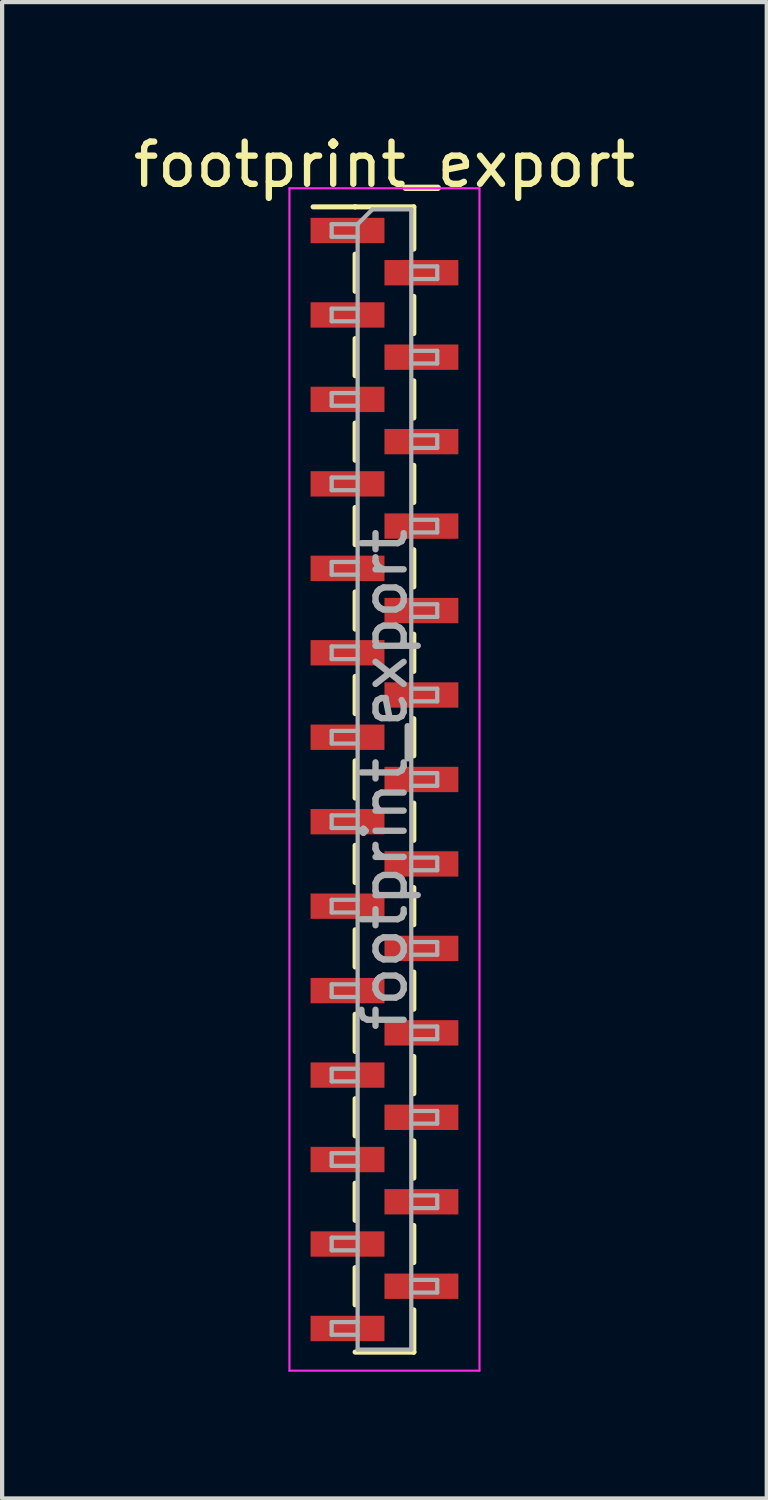
<source format=kicad_pcb>
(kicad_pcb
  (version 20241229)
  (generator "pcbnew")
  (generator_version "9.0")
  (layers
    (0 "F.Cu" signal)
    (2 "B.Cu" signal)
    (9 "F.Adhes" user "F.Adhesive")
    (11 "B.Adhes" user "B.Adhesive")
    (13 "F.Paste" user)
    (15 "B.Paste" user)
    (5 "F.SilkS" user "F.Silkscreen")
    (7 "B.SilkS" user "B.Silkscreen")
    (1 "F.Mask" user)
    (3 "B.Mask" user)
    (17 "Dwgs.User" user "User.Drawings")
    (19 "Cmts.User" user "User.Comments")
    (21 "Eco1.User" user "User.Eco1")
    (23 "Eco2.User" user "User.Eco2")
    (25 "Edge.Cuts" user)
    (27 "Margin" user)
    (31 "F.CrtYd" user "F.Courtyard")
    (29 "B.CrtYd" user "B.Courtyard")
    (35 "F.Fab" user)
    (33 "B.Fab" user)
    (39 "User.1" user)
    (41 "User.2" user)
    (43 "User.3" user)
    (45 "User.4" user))
  (footprint "footprint_export"
    (layer "F.Cu")
    (at 6.054 15.408)
    (property "Reference" "footprint_export" (at 0 -14.56 0) (layer "F.SilkS") (effects (font (size 1 1) (thickness 0.15))))
    (attr smd)
    (fp_line (start -0.695 -13.56) (end -1.69 -13.56) (stroke (width 0.12) (type solid)) (layer "F.SilkS"))
    (fp_line (start -0.695 -13.56) (end -0.695 -13.56) (stroke (width 0.12) (type solid)) (layer "F.SilkS"))
    (fp_line (start -0.695 -13.56) (end 0.695 -13.56) (stroke (width 0.12) (type solid)) (layer "F.SilkS"))
    (fp_line (start -0.695 -12.44) (end -0.695 -11.56) (stroke (width 0.12) (type solid)) (layer "F.SilkS"))
    (fp_line (start -0.695 -10.44) (end -0.695 -9.56) (stroke (width 0.12) (type solid)) (layer "F.SilkS"))
    (fp_line (start -0.695 -8.44) (end -0.695 -7.56) (stroke (width 0.12) (type solid)) (layer "F.SilkS"))
    (fp_line (start -0.695 -6.44) (end -0.695 -5.56) (stroke (width 0.12) (type solid)) (layer "F.SilkS"))
    (fp_line (start -0.695 -4.44) (end -0.695 -3.56) (stroke (width 0.12) (type solid)) (layer "F.SilkS"))
    (fp_line (start -0.695 -2.44) (end -0.695 -1.56) (stroke (width 0.12) (type solid)) (layer "F.SilkS"))
    (fp_line (start -0.695 -0.44) (end -0.695 0.44) (stroke (width 0.12) (type solid)) (layer "F.SilkS"))
    (fp_line (start -0.695 1.56) (end -0.695 2.44) (stroke (width 0.12) (type solid)) (layer "F.SilkS"))
    (fp_line (start -0.695 3.56) (end -0.695 4.44) (stroke (width 0.12) (type solid)) (layer "F.SilkS"))
    (fp_line (start -0.695 5.56) (end -0.695 6.44) (stroke (width 0.12) (type solid)) (layer "F.SilkS"))
    (fp_line (start -0.695 7.56) (end -0.695 8.44) (stroke (width 0.12) (type solid)) (layer "F.SilkS"))
    (fp_line (start -0.695 9.56) (end -0.695 10.44) (stroke (width 0.12) (type solid)) (layer "F.SilkS"))
    (fp_line (start -0.695 11.56) (end -0.695 12.44) (stroke (width 0.12) (type solid)) (layer "F.SilkS"))
    (fp_line (start -0.695 13.56) (end 0.695 13.56) (stroke (width 0.12) (type solid)) (layer "F.SilkS"))
    (fp_line (start 0.695 -13.56) (end 0.695 -12.56) (stroke (width 0.12) (type solid)) (layer "F.SilkS"))
    (fp_line (start 0.695 -11.44) (end 0.695 -10.56) (stroke (width 0.12) (type solid)) (layer "F.SilkS"))
    (fp_line (start 0.695 -9.44) (end 0.695 -8.56) (stroke (width 0.12) (type solid)) (layer "F.SilkS"))
    (fp_line (start 0.695 -7.44) (end 0.695 -6.56) (stroke (width 0.12) (type solid)) (layer "F.SilkS"))
    (fp_line (start 0.695 -5.44) (end 0.695 -4.56) (stroke (width 0.12) (type solid)) (layer "F.SilkS"))
    (fp_line (start 0.695 -3.44) (end 0.695 -2.56) (stroke (width 0.12) (type solid)) (layer "F.SilkS"))
    (fp_line (start 0.695 -1.44) (end 0.695 -0.56) (stroke (width 0.12) (type solid)) (layer "F.SilkS"))
    (fp_line (start 0.695 0.56) (end 0.695 1.44) (stroke (width 0.12) (type solid)) (layer "F.SilkS"))
    (fp_line (start 0.695 2.56) (end 0.695 3.44) (stroke (width 0.12) (type solid)) (layer "F.SilkS"))
    (fp_line (start 0.695 4.56) (end 0.695 5.44) (stroke (width 0.12) (type solid)) (layer "F.SilkS"))
    (fp_line (start 0.695 6.56) (end 0.695 7.44) (stroke (width 0.12) (type solid)) (layer "F.SilkS"))
    (fp_line (start 0.695 8.56) (end 0.695 9.44) (stroke (width 0.12) (type solid)) (layer "F.SilkS"))
    (fp_line (start 0.695 10.56) (end 0.695 11.44) (stroke (width 0.12) (type solid)) (layer "F.SilkS"))
    (fp_line (start 0.695 12.56) (end 0.695 13.56) (stroke (width 0.12) (type solid)) (layer "F.SilkS"))
    (fp_line (start 0.695 13.56) (end 0.695 13.56) (stroke (width 0.12) (type solid)) (layer "F.SilkS"))
    (fp_line (start -2.25 -14) (end -2.25 14) (stroke (width 0.05) (type solid)) (layer "F.CrtYd"))
    (fp_line (start -2.25 14) (end 2.25 14) (stroke (width 0.05) (type solid)) (layer "F.CrtYd"))
    (fp_line (start 2.25 -14) (end -2.25 -14) (stroke (width 0.05) (type solid)) (layer "F.CrtYd"))
    (fp_line (start 2.25 14) (end 2.25 -14) (stroke (width 0.05) (type solid)) (layer "F.CrtYd"))
    (fp_line (start -1.25 -13.15) (end -1.25 -12.85) (stroke (width 0.1) (type solid)) (layer "F.Fab"))
    (fp_line (start -1.25 -12.85) (end -0.635 -12.85) (stroke (width 0.1) (type solid)) (layer "F.Fab"))
    (fp_line (start -1.25 -11.15) (end -1.25 -10.85) (stroke (width 0.1) (type solid)) (layer "F.Fab"))
    (fp_line (start -1.25 -10.85) (end -0.635 -10.85) (stroke (width 0.1) (type solid)) (layer "F.Fab"))
    (fp_line (start -1.25 -9.15) (end -1.25 -8.85) (stroke (width 0.1) (type solid)) (layer "F.Fab"))
    (fp_line (start -1.25 -8.85) (end -0.635 -8.85) (stroke (width 0.1) (type solid)) (layer "F.Fab"))
    (fp_line (start -1.25 -7.15) (end -1.25 -6.85) (stroke (width 0.1) (type solid)) (layer "F.Fab"))
    (fp_line (start -1.25 -6.85) (end -0.635 -6.85) (stroke (width 0.1) (type solid)) (layer "F.Fab"))
    (fp_line (start -1.25 -5.15) (end -1.25 -4.85) (stroke (width 0.1) (type solid)) (layer "F.Fab"))
    (fp_line (start -1.25 -4.85) (end -0.635 -4.85) (stroke (width 0.1) (type solid)) (layer "F.Fab"))
    (fp_line (start -1.25 -3.15) (end -1.25 -2.85) (stroke (width 0.1) (type solid)) (layer "F.Fab"))
    (fp_line (start -1.25 -2.85) (end -0.635 -2.85) (stroke (width 0.1) (type solid)) (layer "F.Fab"))
    (fp_line (start -1.25 -1.15) (end -1.25 -0.85) (stroke (width 0.1) (type solid)) (layer "F.Fab"))
    (fp_line (start -1.25 -0.85) (end -0.635 -0.85) (stroke (width 0.1) (type solid)) (layer "F.Fab"))
    (fp_line (start -1.25 0.85) (end -1.25 1.15) (stroke (width 0.1) (type solid)) (layer "F.Fab"))
    (fp_line (start -1.25 1.15) (end -0.635 1.15) (stroke (width 0.1) (type solid)) (layer "F.Fab"))
    (fp_line (start -1.25 2.85) (end -1.25 3.15) (stroke (width 0.1) (type solid)) (layer "F.Fab"))
    (fp_line (start -1.25 3.15) (end -0.635 3.15) (stroke (width 0.1) (type solid)) (layer "F.Fab"))
    (fp_line (start -1.25 4.85) (end -1.25 5.15) (stroke (width 0.1) (type solid)) (layer "F.Fab"))
    (fp_line (start -1.25 5.15) (end -0.635 5.15) (stroke (width 0.1) (type solid)) (layer "F.Fab"))
    (fp_line (start -1.25 6.85) (end -1.25 7.15) (stroke (width 0.1) (type solid)) (layer "F.Fab"))
    (fp_line (start -1.25 7.15) (end -0.635 7.15) (stroke (width 0.1) (type solid)) (layer "F.Fab"))
    (fp_line (start -1.25 8.85) (end -1.25 9.15) (stroke (width 0.1) (type solid)) (layer "F.Fab"))
    (fp_line (start -1.25 9.15) (end -0.635 9.15) (stroke (width 0.1) (type solid)) (layer "F.Fab"))
    (fp_line (start -1.25 10.85) (end -1.25 11.15) (stroke (width 0.1) (type solid)) (layer "F.Fab"))
    (fp_line (start -1.25 11.15) (end -0.635 11.15) (stroke (width 0.1) (type solid)) (layer "F.Fab"))
    (fp_line (start -1.25 12.85) (end -1.25 13.15) (stroke (width 0.1) (type solid)) (layer "F.Fab"))
    (fp_line (start -1.25 13.15) (end -0.635 13.15) (stroke (width 0.1) (type solid)) (layer "F.Fab"))
    (fp_line (start -0.635 -13.15) (end -1.25 -13.15) (stroke (width 0.1) (type solid)) (layer "F.Fab"))
    (fp_line (start -0.635 -13.15) (end -0.285 -13.5) (stroke (width 0.1) (type solid)) (layer "F.Fab"))
    (fp_line (start -0.635 -11.15) (end -1.25 -11.15) (stroke (width 0.1) (type solid)) (layer "F.Fab"))
    (fp_line (start -0.635 -9.15) (end -1.25 -9.15) (stroke (width 0.1) (type solid)) (layer "F.Fab"))
    (fp_line (start -0.635 -7.15) (end -1.25 -7.15) (stroke (width 0.1) (type solid)) (layer "F.Fab"))
    (fp_line (start -0.635 -5.15) (end -1.25 -5.15) (stroke (width 0.1) (type solid)) (layer "F.Fab"))
    (fp_line (start -0.635 -3.15) (end -1.25 -3.15) (stroke (width 0.1) (type solid)) (layer "F.Fab"))
    (fp_line (start -0.635 -1.15) (end -1.25 -1.15) (stroke (width 0.1) (type solid)) (layer "F.Fab"))
    (fp_line (start -0.635 0.85) (end -1.25 0.85) (stroke (width 0.1) (type solid)) (layer "F.Fab"))
    (fp_line (start -0.635 2.85) (end -1.25 2.85) (stroke (width 0.1) (type solid)) (layer "F.Fab"))
    (fp_line (start -0.635 4.85) (end -1.25 4.85) (stroke (width 0.1) (type solid)) (layer "F.Fab"))
    (fp_line (start -0.635 6.85) (end -1.25 6.85) (stroke (width 0.1) (type solid)) (layer "F.Fab"))
    (fp_line (start -0.635 8.85) (end -1.25 8.85) (stroke (width 0.1) (type solid)) (layer "F.Fab"))
    (fp_line (start -0.635 10.85) (end -1.25 10.85) (stroke (width 0.1) (type solid)) (layer "F.Fab"))
    (fp_line (start -0.635 12.85) (end -1.25 12.85) (stroke (width 0.1) (type solid)) (layer "F.Fab"))
    (fp_line (start -0.635 13.5) (end -0.635 -13.15) (stroke (width 0.1) (type solid)) (layer "F.Fab"))
    (fp_line (start -0.285 -13.5) (end 0.635 -13.5) (stroke (width 0.1) (type solid)) (layer "F.Fab"))
    (fp_line (start 0.635 -13.5) (end 0.635 13.5) (stroke (width 0.1) (type solid)) (layer "F.Fab"))
    (fp_line (start 0.635 -12.15) (end 1.25 -12.15) (stroke (width 0.1) (type solid)) (layer "F.Fab"))
    (fp_line (start 0.635 -10.15) (end 1.25 -10.15) (stroke (width 0.1) (type solid)) (layer "F.Fab"))
    (fp_line (start 0.635 -8.15) (end 1.25 -8.15) (stroke (width 0.1) (type solid)) (layer "F.Fab"))
    (fp_line (start 0.635 -6.15) (end 1.25 -6.15) (stroke (width 0.1) (type solid)) (layer "F.Fab"))
    (fp_line (start 0.635 -4.15) (end 1.25 -4.15) (stroke (width 0.1) (type solid)) (layer "F.Fab"))
    (fp_line (start 0.635 -2.15) (end 1.25 -2.15) (stroke (width 0.1) (type solid)) (layer "F.Fab"))
    (fp_line (start 0.635 -0.15) (end 1.25 -0.15) (stroke (width 0.1) (type solid)) (layer "F.Fab"))
    (fp_line (start 0.635 1.85) (end 1.25 1.85) (stroke (width 0.1) (type solid)) (layer "F.Fab"))
    (fp_line (start 0.635 3.85) (end 1.25 3.85) (stroke (width 0.1) (type solid)) (layer "F.Fab"))
    (fp_line (start 0.635 5.85) (end 1.25 5.85) (stroke (width 0.1) (type solid)) (layer "F.Fab"))
    (fp_line (start 0.635 7.85) (end 1.25 7.85) (stroke (width 0.1) (type solid)) (layer "F.Fab"))
    (fp_line (start 0.635 9.85) (end 1.25 9.85) (stroke (width 0.1) (type solid)) (layer "F.Fab"))
    (fp_line (start 0.635 11.85) (end 1.25 11.85) (stroke (width 0.1) (type solid)) (layer "F.Fab"))
    (fp_line (start 0.635 13.5) (end -0.635 13.5) (stroke (width 0.1) (type solid)) (layer "F.Fab"))
    (fp_line (start 1.25 -12.15) (end 1.25 -11.85) (stroke (width 0.1) (type solid)) (layer "F.Fab"))
    (fp_line (start 1.25 -11.85) (end 0.635 -11.85) (stroke (width 0.1) (type solid)) (layer "F.Fab"))
    (fp_line (start 1.25 -10.15) (end 1.25 -9.85) (stroke (width 0.1) (type solid)) (layer "F.Fab"))
    (fp_line (start 1.25 -9.85) (end 0.635 -9.85) (stroke (width 0.1) (type solid)) (layer "F.Fab"))
    (fp_line (start 1.25 -8.15) (end 1.25 -7.85) (stroke (width 0.1) (type solid)) (layer "F.Fab"))
    (fp_line (start 1.25 -7.85) (end 0.635 -7.85) (stroke (width 0.1) (type solid)) (layer "F.Fab"))
    (fp_line (start 1.25 -6.15) (end 1.25 -5.85) (stroke (width 0.1) (type solid)) (layer "F.Fab"))
    (fp_line (start 1.25 -5.85) (end 0.635 -5.85) (stroke (width 0.1) (type solid)) (layer "F.Fab"))
    (fp_line (start 1.25 -4.15) (end 1.25 -3.85) (stroke (width 0.1) (type solid)) (layer "F.Fab"))
    (fp_line (start 1.25 -3.85) (end 0.635 -3.85) (stroke (width 0.1) (type solid)) (layer "F.Fab"))
    (fp_line (start 1.25 -2.15) (end 1.25 -1.85) (stroke (width 0.1) (type solid)) (layer "F.Fab"))
    (fp_line (start 1.25 -1.85) (end 0.635 -1.85) (stroke (width 0.1) (type solid)) (layer "F.Fab"))
    (fp_line (start 1.25 -0.15) (end 1.25 0.15) (stroke (width 0.1) (type solid)) (layer "F.Fab"))
    (fp_line (start 1.25 0.15) (end 0.635 0.15) (stroke (width 0.1) (type solid)) (layer "F.Fab"))
    (fp_line (start 1.25 1.85) (end 1.25 2.15) (stroke (width 0.1) (type solid)) (layer "F.Fab"))
    (fp_line (start 1.25 2.15) (end 0.635 2.15) (stroke (width 0.1) (type solid)) (layer "F.Fab"))
    (fp_line (start 1.25 3.85) (end 1.25 4.15) (stroke (width 0.1) (type solid)) (layer "F.Fab"))
    (fp_line (start 1.25 4.15) (end 0.635 4.15) (stroke (width 0.1) (type solid)) (layer "F.Fab"))
    (fp_line (start 1.25 5.85) (end 1.25 6.15) (stroke (width 0.1) (type solid)) (layer "F.Fab"))
    (fp_line (start 1.25 6.15) (end 0.635 6.15) (stroke (width 0.1) (type solid)) (layer "F.Fab"))
    (fp_line (start 1.25 7.85) (end 1.25 8.15) (stroke (width 0.1) (type solid)) (layer "F.Fab"))
    (fp_line (start 1.25 8.15) (end 0.635 8.15) (stroke (width 0.1) (type solid)) (layer "F.Fab"))
    (fp_line (start 1.25 9.85) (end 1.25 10.15) (stroke (width 0.1) (type solid)) (layer "F.Fab"))
    (fp_line (start 1.25 10.15) (end 0.635 10.15) (stroke (width 0.1) (type solid)) (layer "F.Fab"))
    (fp_line (start 1.25 11.85) (end 1.25 12.15) (stroke (width 0.1) (type solid)) (layer "F.Fab"))
    (fp_line (start 1.25 12.15) (end 0.635 12.15) (stroke (width 0.1) (type solid)) (layer "F.Fab"))
    (fp_text user "${REFERENCE}" (at 0 0 90) (layer "F.Fab") (effects (font (size 1 1) (thickness 0.15))))
    (pad "1" smd rect (at -0.875 -13) (size 1.75 0.6) (layers "F.Cu" "F.Mask" "F.Paste"))
    (pad "2" smd rect (at 0.875 -12) (size 1.75 0.6) (layers "F.Cu" "F.Mask" "F.Paste"))
    (pad "3" smd rect (at -0.875 -11) (size 1.75 0.6) (layers "F.Cu" "F.Mask" "F.Paste"))
    (pad "4" smd rect (at 0.875 -10) (size 1.75 0.6) (layers "F.Cu" "F.Mask" "F.Paste"))
    (pad "5" smd rect (at -0.875 -9) (size 1.75 0.6) (layers "F.Cu" "F.Mask" "F.Paste"))
    (pad "6" smd rect (at 0.875 -8) (size 1.75 0.6) (layers "F.Cu" "F.Mask" "F.Paste"))
    (pad "7" smd rect (at -0.875 -7) (size 1.75 0.6) (layers "F.Cu" "F.Mask" "F.Paste"))
    (pad "8" smd rect (at 0.875 -6) (size 1.75 0.6) (layers "F.Cu" "F.Mask" "F.Paste"))
    (pad "9" smd rect (at -0.875 -5) (size 1.75 0.6) (layers "F.Cu" "F.Mask" "F.Paste"))
    (pad "10" smd rect (at 0.875 -4) (size 1.75 0.6) (layers "F.Cu" "F.Mask" "F.Paste"))
    (pad "11" smd rect (at -0.875 -3) (size 1.75 0.6) (layers "F.Cu" "F.Mask" "F.Paste"))
    (pad "12" smd rect (at 0.875 -2) (size 1.75 0.6) (layers "F.Cu" "F.Mask" "F.Paste"))
    (pad "13" smd rect (at -0.875 -1) (size 1.75 0.6) (layers "F.Cu" "F.Mask" "F.Paste"))
    (pad "14" smd rect (at 0.875 0) (size 1.75 0.6) (layers "F.Cu" "F.Mask" "F.Paste"))
    (pad "15" smd rect (at -0.875 1) (size 1.75 0.6) (layers "F.Cu" "F.Mask" "F.Paste"))
    (pad "16" smd rect (at 0.875 2) (size 1.75 0.6) (layers "F.Cu" "F.Mask" "F.Paste"))
    (pad "17" smd rect (at -0.875 3) (size 1.75 0.6) (layers "F.Cu" "F.Mask" "F.Paste"))
    (pad "18" smd rect (at 0.875 4) (size 1.75 0.6) (layers "F.Cu" "F.Mask" "F.Paste"))
    (pad "19" smd rect (at -0.875 5) (size 1.75 0.6) (layers "F.Cu" "F.Mask" "F.Paste"))
    (pad "20" smd rect (at 0.875 6) (size 1.75 0.6) (layers "F.Cu" "F.Mask" "F.Paste"))
    (pad "21" smd rect (at -0.875 7) (size 1.75 0.6) (layers "F.Cu" "F.Mask" "F.Paste"))
    (pad "22" smd rect (at 0.875 8) (size 1.75 0.6) (layers "F.Cu" "F.Mask" "F.Paste"))
    (pad "23" smd rect (at -0.875 9) (size 1.75 0.6) (layers "F.Cu" "F.Mask" "F.Paste"))
    (pad "24" smd rect (at 0.875 10) (size 1.75 0.6) (layers "F.Cu" "F.Mask" "F.Paste"))
    (pad "25" smd rect (at -0.875 11) (size 1.75 0.6) (layers "F.Cu" "F.Mask" "F.Paste"))
    (pad "26" smd rect (at 0.875 12) (size 1.75 0.6) (layers "F.Cu" "F.Mask" "F.Paste"))
    (pad "27" smd rect (at -0.875 13) (size 1.75 0.6) (layers "F.Cu" "F.Mask" "F.Paste")))
  (gr_rect
    (start -3 -3)
    (end 15.107 32.433)
    (stroke (width 0.1) (type default))
    (fill no)
    (layer "Edge.Cuts")))
</source>
